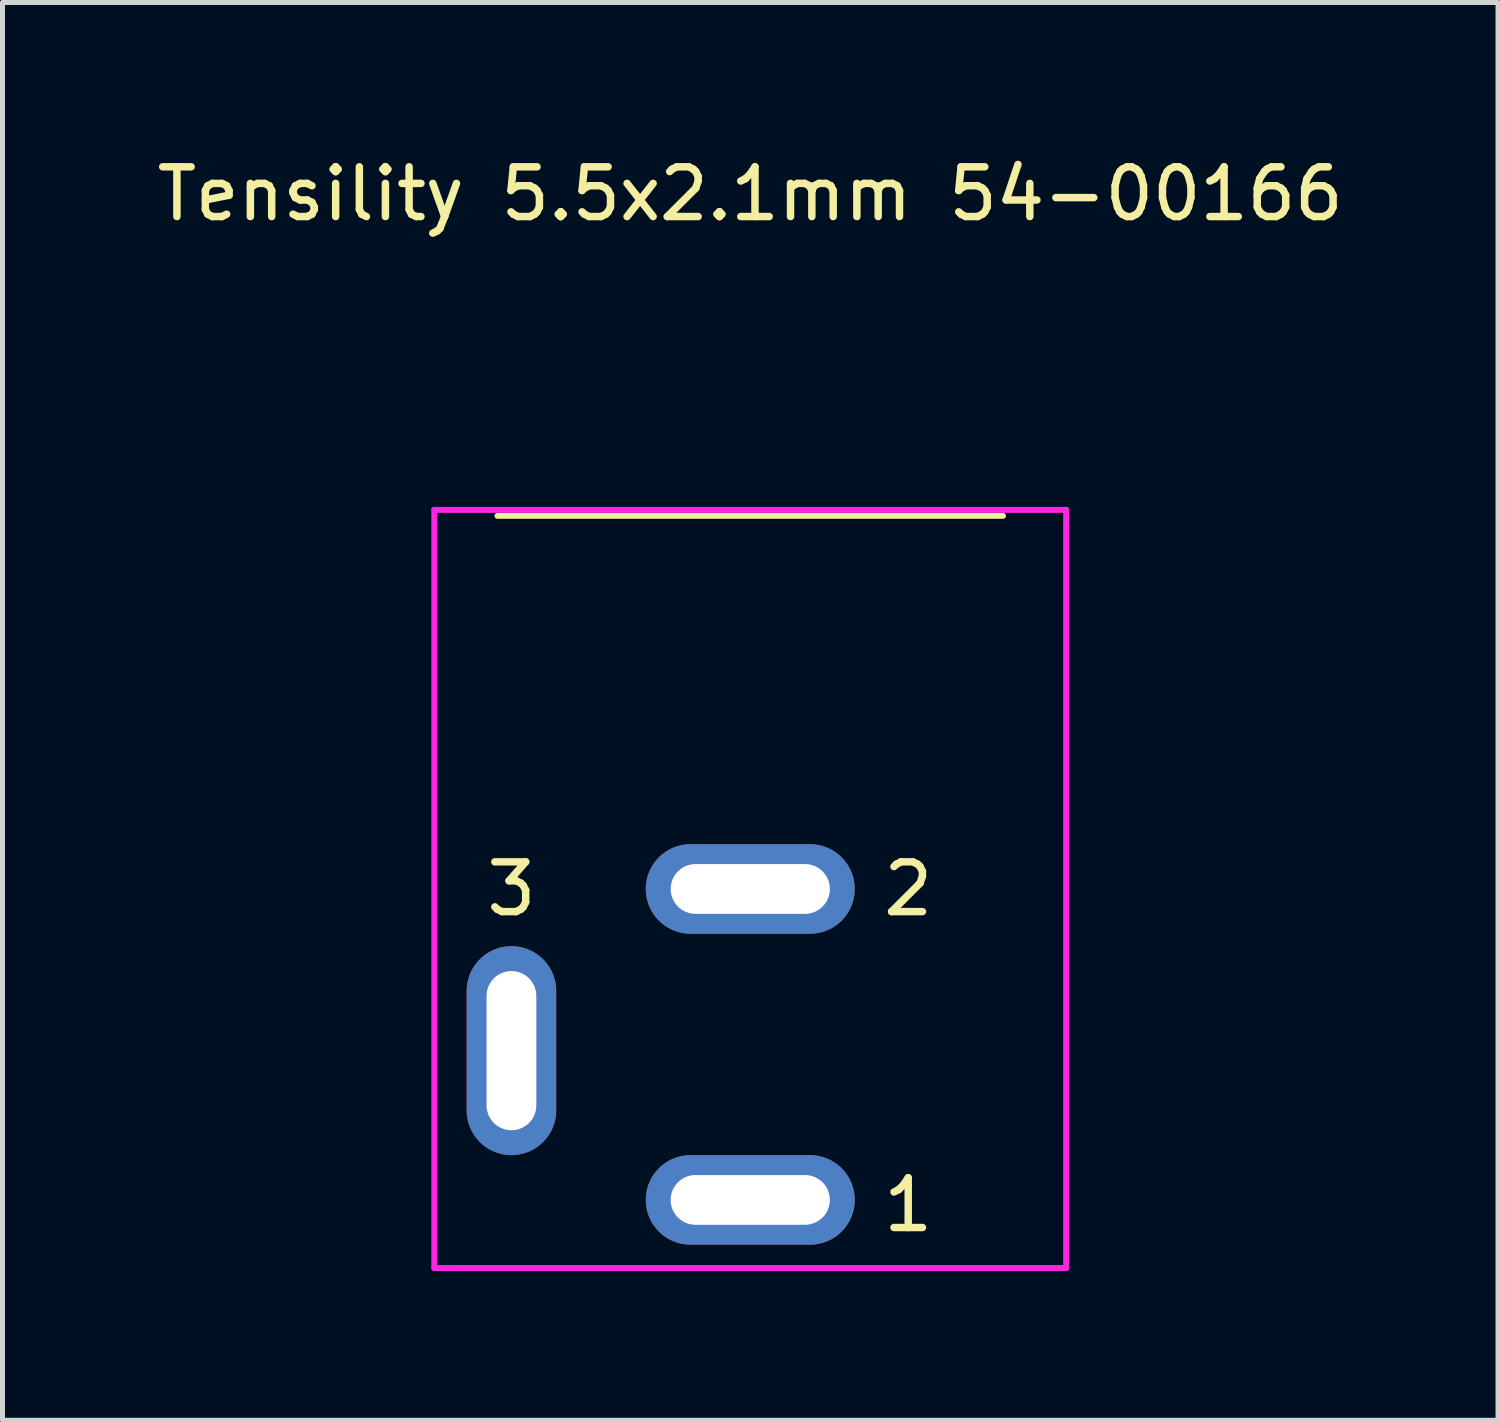
<source format=kicad_pcb>
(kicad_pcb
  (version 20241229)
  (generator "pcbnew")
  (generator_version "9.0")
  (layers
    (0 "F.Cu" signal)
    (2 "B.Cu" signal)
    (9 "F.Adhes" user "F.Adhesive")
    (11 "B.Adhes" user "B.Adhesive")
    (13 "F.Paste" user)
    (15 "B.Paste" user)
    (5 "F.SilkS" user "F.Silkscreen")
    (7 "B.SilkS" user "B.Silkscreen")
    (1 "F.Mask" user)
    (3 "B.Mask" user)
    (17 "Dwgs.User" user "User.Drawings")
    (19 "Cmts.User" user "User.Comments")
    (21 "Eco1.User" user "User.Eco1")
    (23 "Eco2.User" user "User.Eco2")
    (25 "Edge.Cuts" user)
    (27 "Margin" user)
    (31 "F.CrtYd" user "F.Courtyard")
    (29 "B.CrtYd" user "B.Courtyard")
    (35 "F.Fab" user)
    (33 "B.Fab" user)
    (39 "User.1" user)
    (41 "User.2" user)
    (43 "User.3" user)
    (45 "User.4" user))
  (footprint "Tensility 5.5x2.1mm 54-00166"
    (layer "F.Cu")
    (at 12.03 14.818)
    (property "Reference" "Tensility 5.5x2.1mm 54-00166" (at 0 -13.97 0) (layer "F.SilkS") (effects (font (size 1 1) (thickness 0.15))))
    (attr through_hole)
    (fp_line (start -5.08 -7.5) (end 5.08 -7.5) (stroke (width 0.12) (type solid)) (layer "F.SilkS"))
    (fp_line (start -6.35 -7.62) (end -6.35 7.62) (stroke (width 0.12) (type solid)) (layer "F.CrtYd"))
    (fp_line (start -6.35 7.62) (end 6.35 7.62) (stroke (width 0.12) (type solid)) (layer "F.CrtYd"))
    (fp_line (start 6.35 -7.62) (end -6.35 -7.62) (stroke (width 0.12) (type solid)) (layer "F.CrtYd"))
    (fp_line (start 6.35 7.62) (end 6.35 -7.62) (stroke (width 0.12) (type solid)) (layer "F.CrtYd"))
    (fp_text user "3" (at -4.8 0 180) (layer "F.SilkS") (effects (font (size 1 1) (thickness 0.15))))
    (fp_text user "2" (at 3.175 0 0) (layer "F.SilkS") (effects (font (size 1 1) (thickness 0.15))))
    (fp_text user "1" (at 3.175 6.35 0) (layer "F.SilkS") (effects (font (size 1 1) (thickness 0.15))))
    (pad "1" thru_hole oval (at 0 6.25 90) (size 1.8 4.2) (drill oval 1 3.2) (layers "*.Cu" "*.Mask"))
    (pad "2" thru_hole oval (at 0 0 90) (size 1.8 4.2) (drill oval 1 3.2) (layers "*.Cu" "*.Mask"))
    (pad "3" thru_hole oval (at -4.8 3.25 180) (size 1.8 4.2) (drill oval 1 3.2) (layers "*.Cu" "*.Mask")))
  (gr_rect
    (start -3 -3)
    (end 27.06 25.498)
    (stroke (width 0.1) (type default))
    (fill no)
    (layer "Edge.Cuts")))
</source>
